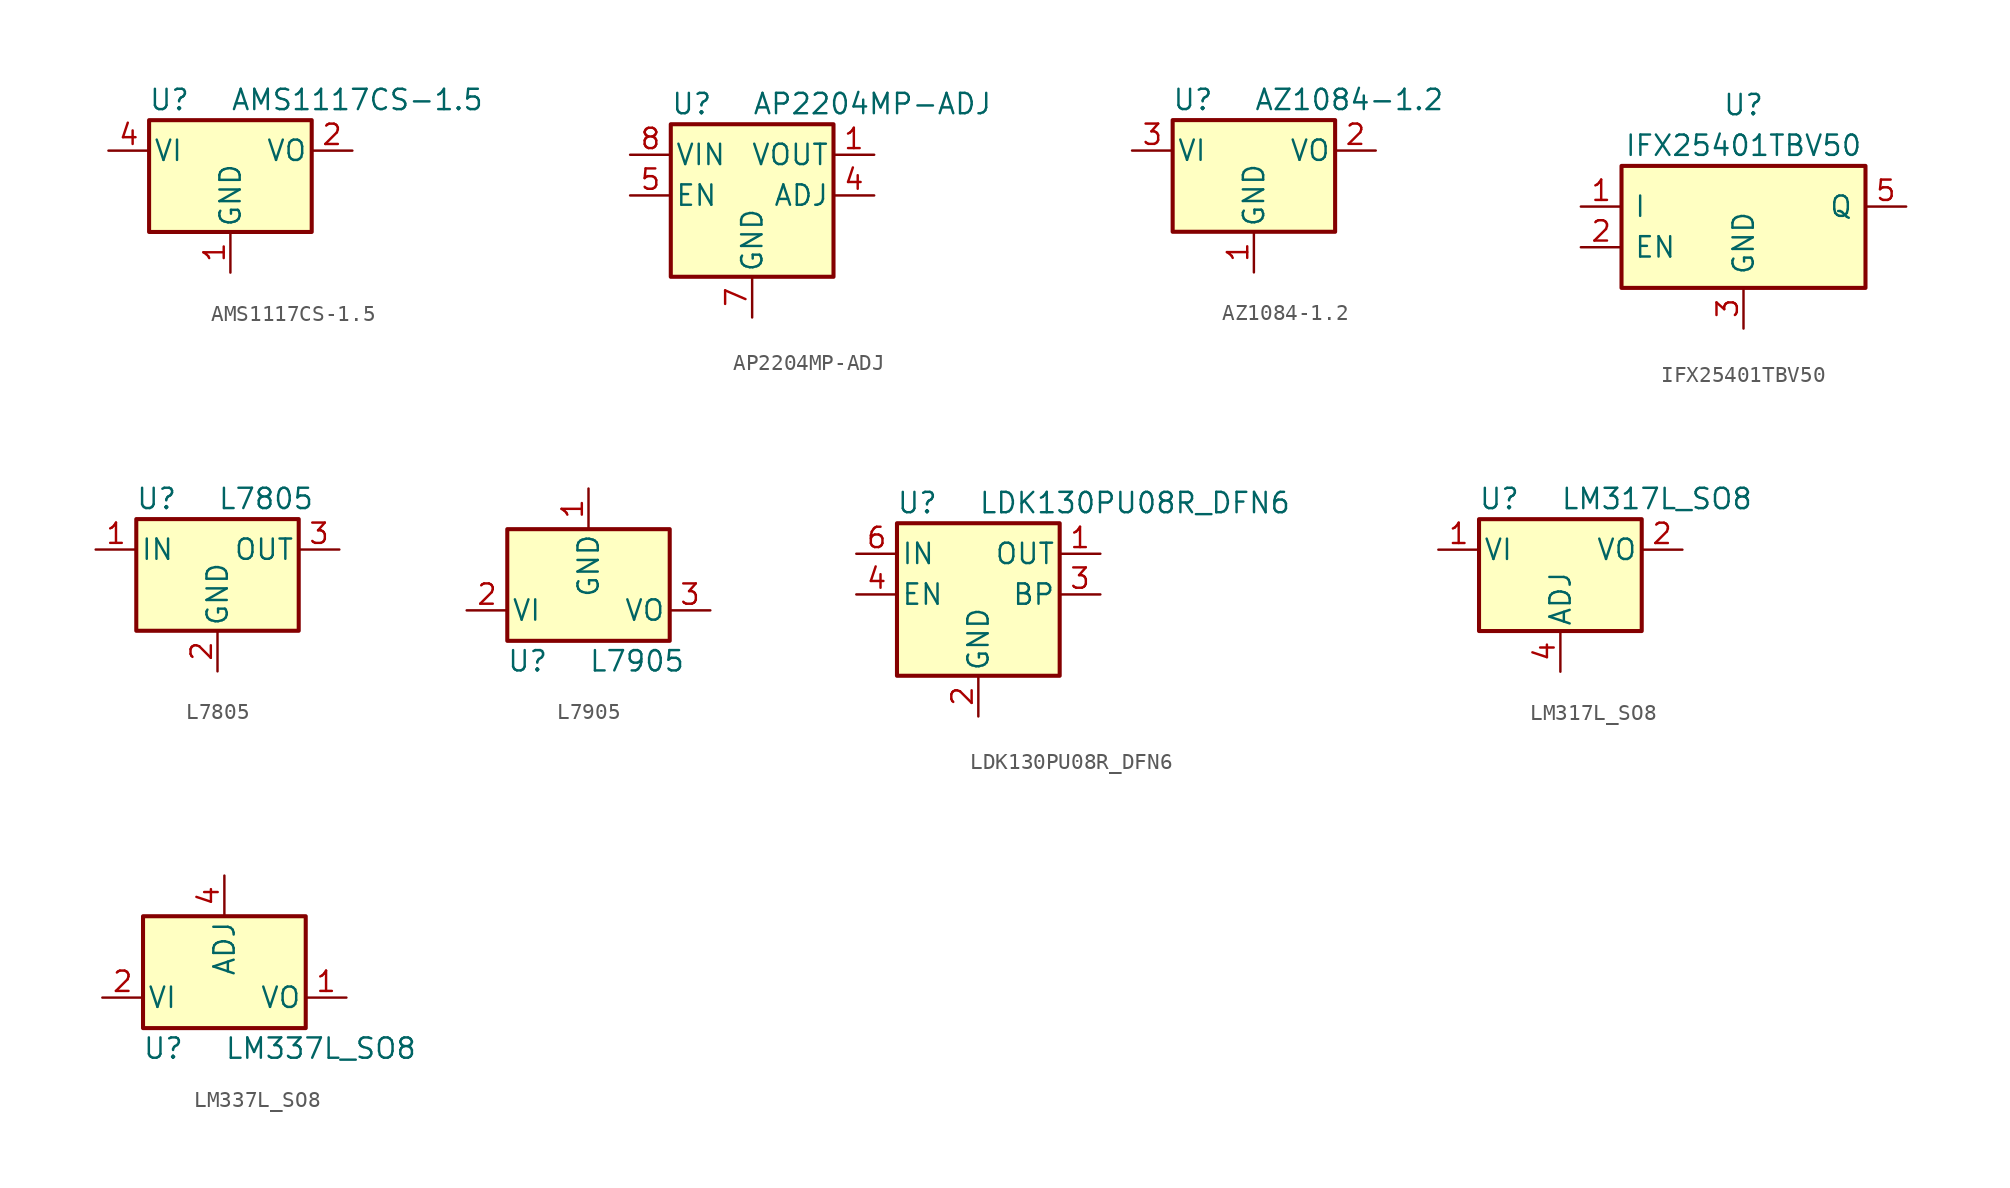
<source format=kicad_sym>
(kicad_symbol_lib
  (version 20200908)
  (generator kicad_symbol_editor)
  (symbol "Regulator_Linear:AMS1117CS-1.5"
    (pin_names
      (offset 0.254))
    (property "Reference" "U"
      (at -3.81 3.175 0)
      (effects (font (size 1.27 1.27))))
    (property "Value" "AMS1117CS-1.5"
      (at 0 3.175 0)
      (effects (font (size 1.27 1.27)) (justify left)))
    (symbol "AMS1117CS-1.5_0_1"
      (rectangle (start -5.08 -5.08) (end 5.08 1.905) (stroke (width 0.254)) (fill (type background))))
    (symbol "AMS1117CS-1.5_1_1"
      (pin power_in line (at 0 -7.62 90) (length 2.54) (name "GND" (effects (font (size 1.27 1.27)))) (number "1" (effects (font (size 1.27 1.27)))))
      (pin power_out line (at 7.62 0 180) (length 2.54) (name "VO" (effects (font (size 1.27 1.27)))) (number "2" (effects (font (size 1.27 1.27)))))
      (pin passive line (at 7.62 0 180) (length 2.54) hide (name "VO" (effects (font (size 1.27 1.27)))) (number "3" (effects (font (size 1.27 1.27)))))
      (pin power_in line (at -7.62 0 0) (length 2.54) (name "VI" (effects (font (size 1.27 1.27)))) (number "4" (effects (font (size 1.27 1.27)))))
      (pin unconnected line (at -2.54 -2.54 180) (length 2.54) hide (name "NC" (effects (font (size 1.27 1.27)))) (number "5" (effects (font (size 1.27 1.27)))))
      (pin passive line (at 7.62 0 180) (length 2.54) hide (name "VO" (effects (font (size 1.27 1.27)))) (number "6" (effects (font (size 1.27 1.27)))))
      (pin passive line (at 7.62 0 180) (length 2.54) hide (name "VO" (effects (font (size 1.27 1.27)))) (number "7" (effects (font (size 1.27 1.27)))))
      (pin unconnected line (at 2.54 -2.54 0) (length 2.54) hide (name "NC" (effects (font (size 1.27 1.27)))) (number "8" (effects (font (size 1.27 1.27)))))))
  (symbol "Regulator_Linear:AP2204MP-ADJ"
    (pin_names
      (offset 0.254))
    (property "Reference" "U"
      (at -5.08 5.715 0)
      (effects (font (size 1.27 1.27)) (justify left)))
    (property "Value" "AP2204MP-ADJ"
      (at 0 5.715 0)
      (effects (font (size 1.27 1.27)) (justify left)))
    (symbol "AP2204MP-ADJ_0_1"
      (rectangle (start -5.08 4.445) (end 5.08 -5.08) (stroke (width 0.254)) (fill (type background))))
    (symbol "AP2204MP-ADJ_1_1"
      (pin power_out line (at 7.62 2.54 180) (length 2.54) (name "VOUT" (effects (font (size 1.27 1.27)))) (number "1" (effects (font (size 1.27 1.27)))))
      (pin unconnected line (at -7.62 -2.54 0) (length 2.54) hide (name "NC" (effects (font (size 1.27 1.27)))) (number "2" (effects (font (size 1.27 1.27)))))
      (pin unconnected line (at -2.54 -7.62 90) (length 2.54) hide (name "NC" (effects (font (size 1.27 1.27)))) (number "3" (effects (font (size 1.27 1.27)))))
      (pin input line (at 7.62 0 180) (length 2.54) (name "ADJ" (effects (font (size 1.27 1.27)))) (number "4" (effects (font (size 1.27 1.27)))))
      (pin input line (at -7.62 0 0) (length 2.54) (name "EN" (effects (font (size 1.27 1.27)))) (number "5" (effects (font (size 1.27 1.27)))))
      (pin unconnected line (at 7.62 -2.54 180) (length 2.54) hide (name "NC" (effects (font (size 1.27 1.27)))) (number "6" (effects (font (size 1.27 1.27)))))
      (pin power_in line (at 0 -7.62 90) (length 2.54) (name "GND" (effects (font (size 1.27 1.27)))) (number "7" (effects (font (size 1.27 1.27)))))
      (pin power_in line (at -7.62 2.54 0) (length 2.54) (name "VIN" (effects (font (size 1.27 1.27)))) (number "8" (effects (font (size 1.27 1.27)))))
      (pin passive line (at 0 -7.62 90) (length 2.54) hide (name "GND" (effects (font (size 1.27 1.27)))) (number "9" (effects (font (size 1.27 1.27)))))))
  (symbol "Regulator_Linear:AZ1084-1.2"
    (pin_names
      (offset 0.254))
    (property "Reference" "U"
      (at -3.81 3.175 0)
      (effects (font (size 1.27 1.27))))
    (property "Value" "AZ1084-1.2"
      (at 0 3.175 0)
      (effects (font (size 1.27 1.27)) (justify left)))
    (symbol "AZ1084-1.2_0_1"
      (rectangle (start -5.08 1.905) (end 5.08 -5.08) (stroke (width 0.254)) (fill (type background))))
    (symbol "AZ1084-1.2_1_1"
      (pin power_in line (at 0 -7.62 90) (length 2.54) (name "GND" (effects (font (size 1.27 1.27)))) (number "1" (effects (font (size 1.27 1.27)))))
      (pin power_out line (at 7.62 0 180) (length 2.54) (name "VO" (effects (font (size 1.27 1.27)))) (number "2" (effects (font (size 1.27 1.27)))))
      (pin power_in line (at -7.62 0 0) (length 2.54) (name "VI" (effects (font (size 1.27 1.27)))) (number "3" (effects (font (size 1.27 1.27)))))))
  (symbol "Regulator_Linear:IFX25401TBV50"
    (pin_names
      (offset 0.762))
    (property "Reference" "U"
      (at 0 6.35 0)
      (effects (font (size 1.27 1.27))))
    (property "Value" "IFX25401TBV50"
      (at 0 3.81 0)
      (effects (font (size 1.27 1.27))))
    (symbol "IFX25401TBV50_0_1"
      (rectangle (start -7.62 2.54) (end 7.62 -5.08) (stroke (width 0.254)) (fill (type background))))
    (symbol "IFX25401TBV50_1_1"
      (pin power_in line (at -10.16 0 0) (length 2.54) (name "I" (effects (font (size 1.27 1.27)))) (number "1" (effects (font (size 1.27 1.27)))))
      (pin input line (at -10.16 -2.54 0) (length 2.54) (name "EN" (effects (font (size 1.27 1.27)))) (number "2" (effects (font (size 1.27 1.27)))))
      (pin power_in line (at 0 -7.62 90) (length 2.54) (name "GND" (effects (font (size 1.27 1.27)))) (number "3" (effects (font (size 1.27 1.27)))))
      (pin unconnected line (at 10.16 -2.54 180) (length 2.54) hide (name "NC" (effects (font (size 1.27 1.27)))) (number "4" (effects (font (size 1.27 1.27)))))
      (pin power_out line (at 10.16 0 180) (length 2.54) (name "Q" (effects (font (size 1.27 1.27)))) (number "5" (effects (font (size 1.27 1.27)))))))
  (symbol "Regulator_Linear:L7805"
    (pin_names
      (offset 0.254))
    (property "Reference" "U"
      (at -3.81 3.175 0)
      (effects (font (size 1.27 1.27))))
    (property "Value" "L7805"
      (at 0 3.175 0)
      (effects (font (size 1.27 1.27)) (justify left)))
    (symbol "L7805_0_1"
      (rectangle (start -5.08 1.905) (end 5.08 -5.08) (stroke (width 0.254)) (fill (type background))))
    (symbol "L7805_1_1"
      (pin power_in line (at -7.62 0 0) (length 2.54) (name "IN" (effects (font (size 1.27 1.27)))) (number "1" (effects (font (size 1.27 1.27)))))
      (pin power_in line (at 0 -7.62 90) (length 2.54) (name "GND" (effects (font (size 1.27 1.27)))) (number "2" (effects (font (size 1.27 1.27)))))
      (pin power_out line (at 7.62 0 180) (length 2.54) (name "OUT" (effects (font (size 1.27 1.27)))) (number "3" (effects (font (size 1.27 1.27)))))))
  (symbol "Regulator_Linear:L7905"
    (pin_names
      (offset 0.254))
    (property "Reference" "U"
      (at -3.81 -3.175 0)
      (effects (font (size 1.27 1.27))))
    (property "Value" "L7905"
      (at 0 -3.175 0)
      (effects (font (size 1.27 1.27)) (justify left)))
    (symbol "L7905_0_1"
      (rectangle (start -5.08 5.08) (end 5.08 -1.905) (stroke (width 0.254)) (fill (type background))))
    (symbol "L7905_1_1"
      (pin power_in line (at 0 7.62 270) (length 2.54) (name "GND" (effects (font (size 1.27 1.27)))) (number "1" (effects (font (size 1.27 1.27)))))
      (pin power_in line (at -7.62 0 0) (length 2.54) (name "VI" (effects (font (size 1.27 1.27)))) (number "2" (effects (font (size 1.27 1.27)))))
      (pin power_out line (at 7.62 0 180) (length 2.54) (name "VO" (effects (font (size 1.27 1.27)))) (number "3" (effects (font (size 1.27 1.27)))))))
  (symbol "Regulator_Linear:LDK130PU08R_DFN6"
    (pin_names
      (offset 0.254))
    (property "Reference" "U"
      (at -3.81 5.715 0)
      (effects (font (size 1.27 1.27))))
    (property "Value" "LDK130PU08R_DFN6"
      (at 0 5.715 0)
      (effects (font (size 1.27 1.27)) (justify left)))
    (symbol "LDK130PU08R_DFN6_0_1"
      (rectangle (start -5.08 4.445) (end 5.08 -5.08) (stroke (width 0.254)) (fill (type background))))
    (symbol "LDK130PU08R_DFN6_1_1"
      (pin power_out line (at 7.62 2.54 180) (length 2.54) (name "OUT" (effects (font (size 1.27 1.27)))) (number "1" (effects (font (size 1.27 1.27)))))
      (pin power_in line (at 0 -7.62 90) (length 2.54) (name "GND" (effects (font (size 1.27 1.27)))) (number "2" (effects (font (size 1.27 1.27)))))
      (pin passive line (at 7.62 0 180) (length 2.54) (name "BP" (effects (font (size 1.27 1.27)))) (number "3" (effects (font (size 1.27 1.27)))))
      (pin input line (at -7.62 0 0) (length 2.54) (name "EN" (effects (font (size 1.27 1.27)))) (number "4" (effects (font (size 1.27 1.27)))))
      (pin unconnected line (at -7.62 -2.54 0) (length 2.54) hide (name "NC" (effects (font (size 1.27 1.27)))) (number "5" (effects (font (size 1.27 1.27)))))
      (pin power_in line (at -7.62 2.54 0) (length 2.54) (name "IN" (effects (font (size 1.27 1.27)))) (number "6" (effects (font (size 1.27 1.27)))))))
  (symbol "Regulator_Linear:LM317L_SO8"
    (pin_names
      (offset 0.254))
    (property "Reference" "U"
      (at -3.81 3.175 0)
      (effects (font (size 1.27 1.27))))
    (property "Value" "LM317L_SO8"
      (at 0 3.175 0)
      (effects (font (size 1.27 1.27)) (justify left)))
    (symbol "LM317L_SO8_0_1"
      (rectangle (start -5.08 1.905) (end 5.08 -5.08) (stroke (width 0.254)) (fill (type background))))
    (symbol "LM317L_SO8_1_1"
      (pin power_in line (at -7.62 0 0) (length 2.54) (name "VI" (effects (font (size 1.27 1.27)))) (number "1" (effects (font (size 1.27 1.27)))))
      (pin power_out line (at 7.62 0 180) (length 2.54) (name "VO" (effects (font (size 1.27 1.27)))) (number "2" (effects (font (size 1.27 1.27)))))
      (pin passive line (at 7.62 0 180) (length 2.54) hide (name "VO" (effects (font (size 1.27 1.27)))) (number "3" (effects (font (size 1.27 1.27)))))
      (pin input line (at 0 -7.62 90) (length 2.54) (name "ADJ" (effects (font (size 1.27 1.27)))) (number "4" (effects (font (size 1.27 1.27)))))
      (pin unconnected line (at -7.62 -2.54 0) (length 2.54) hide (name "NC" (effects (font (size 1.27 1.27)))) (number "5" (effects (font (size 1.27 1.27)))))
      (pin passive line (at 7.62 0 180) (length 2.54) hide (name "VO" (effects (font (size 1.27 1.27)))) (number "6" (effects (font (size 1.27 1.27)))))
      (pin passive line (at 7.62 0 180) (length 2.54) hide (name "VO" (effects (font (size 1.27 1.27)))) (number "7" (effects (font (size 1.27 1.27)))))
      (pin unconnected line (at 7.62 -2.54 180) (length 2.54) hide (name "NC" (effects (font (size 1.27 1.27)))) (number "8" (effects (font (size 1.27 1.27)))))))
  (symbol "Regulator_Linear:LM337L_SO8"
    (pin_names
      (offset 0.254))
    (property "Reference" "U"
      (at -3.81 -3.175 0)
      (effects (font (size 1.27 1.27))))
    (property "Value" "LM337L_SO8"
      (at 0 -3.175 0)
      (effects (font (size 1.27 1.27)) (justify left)))
    (symbol "LM337L_SO8_0_1"
      (rectangle (start -5.08 5.08) (end 5.08 -1.905) (stroke (width 0.254)) (fill (type background))))
    (symbol "LM337L_SO8_1_1"
      (pin power_out line (at 7.62 0 180) (length 2.54) (name "VO" (effects (font (size 1.27 1.27)))) (number "1" (effects (font (size 1.27 1.27)))))
      (pin power_in line (at -7.62 0 0) (length 2.54) (name "VI" (effects (font (size 1.27 1.27)))) (number "2" (effects (font (size 1.27 1.27)))))
      (pin passive line (at -7.62 0 0) (length 2.54) hide (name "VI" (effects (font (size 1.27 1.27)))) (number "3" (effects (font (size 1.27 1.27)))))
      (pin input line (at 0 7.62 270) (length 2.54) (name "ADJ" (effects (font (size 1.27 1.27)))) (number "4" (effects (font (size 1.27 1.27)))))
      (pin unconnected line (at -7.62 2.54 0) (length 2.54) hide (name "NC" (effects (font (size 1.27 1.27)))) (number "5" (effects (font (size 1.27 1.27)))))
      (pin passive line (at -7.62 0 0) (length 2.54) hide (name "VI" (effects (font (size 1.27 1.27)))) (number "6" (effects (font (size 1.27 1.27)))))
      (pin passive line (at -7.62 0 0) (length 2.54) hide (name "VI" (effects (font (size 1.27 1.27)))) (number "7" (effects (font (size 1.27 1.27)))))
      (pin unconnected line (at 7.62 2.54 180) (length 2.54) hide (name "NC" (effects (font (size 1.27 1.27)))) (number "8" (effects (font (size 1.27 1.27))))))))
</source>
